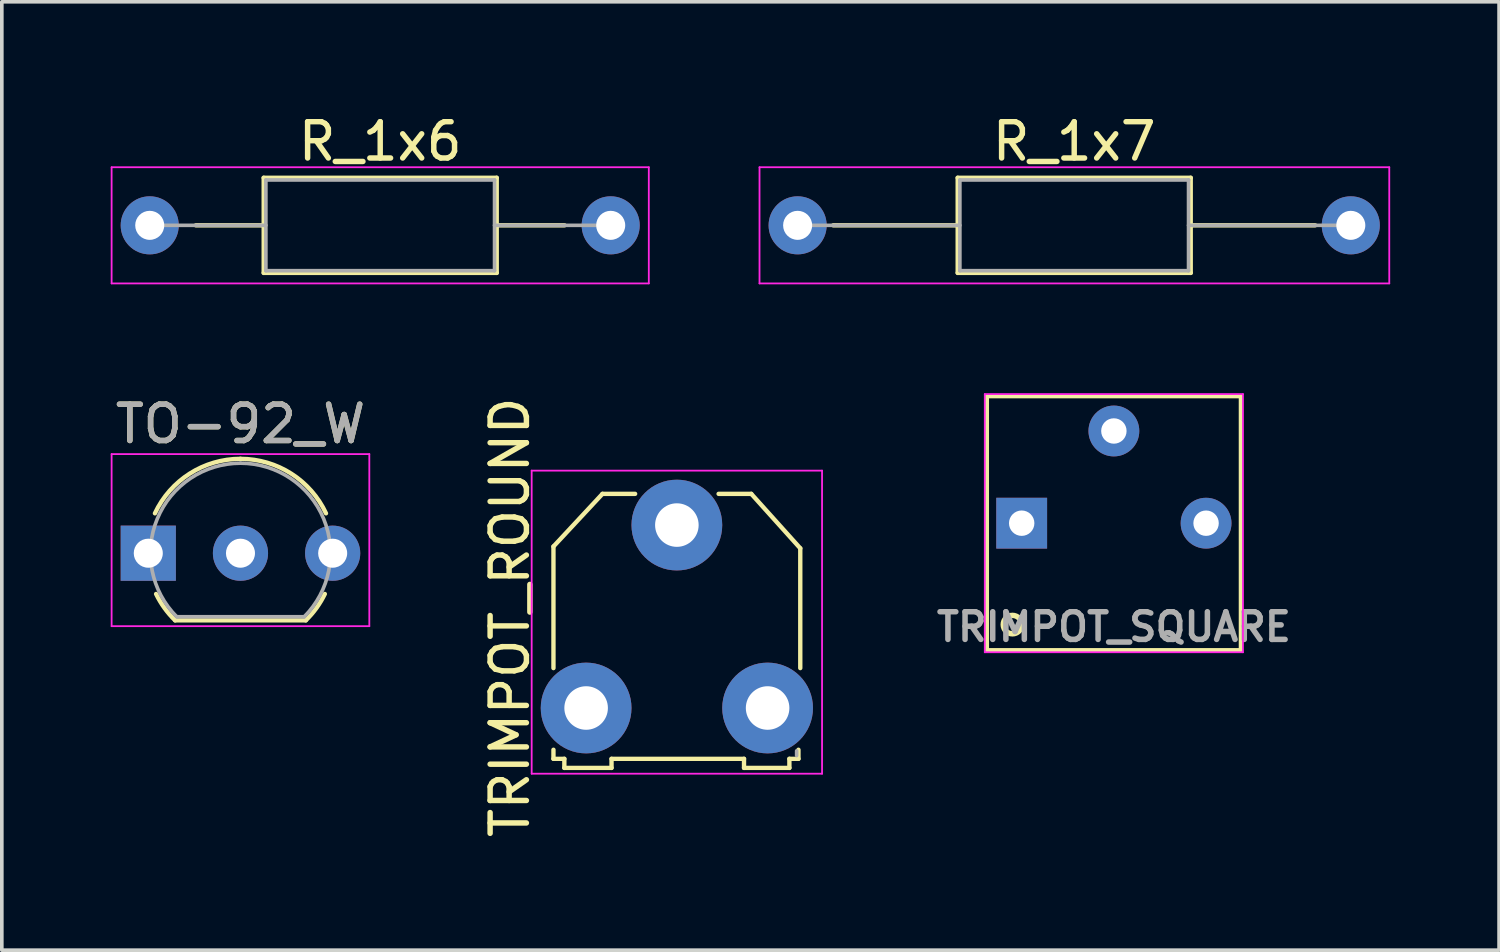
<source format=kicad_pcb>
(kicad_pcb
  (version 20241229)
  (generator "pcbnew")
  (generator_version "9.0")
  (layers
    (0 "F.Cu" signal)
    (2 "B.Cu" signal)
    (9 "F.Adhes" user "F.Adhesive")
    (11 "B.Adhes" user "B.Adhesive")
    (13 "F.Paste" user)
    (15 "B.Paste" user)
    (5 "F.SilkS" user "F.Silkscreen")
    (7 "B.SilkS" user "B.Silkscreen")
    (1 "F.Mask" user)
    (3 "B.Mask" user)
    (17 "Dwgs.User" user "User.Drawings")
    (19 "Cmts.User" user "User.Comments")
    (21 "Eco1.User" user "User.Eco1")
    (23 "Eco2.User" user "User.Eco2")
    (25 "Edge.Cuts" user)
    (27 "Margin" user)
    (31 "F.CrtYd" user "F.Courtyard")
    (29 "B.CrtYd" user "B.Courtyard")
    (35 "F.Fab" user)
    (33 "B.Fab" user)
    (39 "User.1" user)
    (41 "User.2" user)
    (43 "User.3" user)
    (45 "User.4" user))
  (footprint "R_1x6"
    (layer "F.Cu")
    (at 1.075 3.158)
    (property "Reference" "R_1x6" (at 6.35 -2.31 0) (layer "F.SilkS") (effects (font (size 1 1) (thickness 0.15))))
    (attr through_hole)
    (fp_line (start 1.27 0) (end 3.14 0) (stroke (width 0.12) (type solid)) (layer "F.SilkS"))
    (fp_line (start 3.14 -1.31) (end 3.14 1.31) (stroke (width 0.12) (type solid)) (layer "F.SilkS"))
    (fp_line (start 3.14 1.31) (end 9.56 1.31) (stroke (width 0.12) (type solid)) (layer "F.SilkS"))
    (fp_line (start 9.56 -1.31) (end 3.14 -1.31) (stroke (width 0.12) (type solid)) (layer "F.SilkS"))
    (fp_line (start 9.56 1.31) (end 9.56 -1.31) (stroke (width 0.12) (type solid)) (layer "F.SilkS"))
    (fp_line (start 11.43 0) (end 9.56 0) (stroke (width 0.12) (type solid)) (layer "F.SilkS"))
    (fp_line (start -1.05 -1.6) (end -1.05 1.6) (stroke (width 0.05) (type solid)) (layer "F.CrtYd"))
    (fp_line (start -1.05 1.6) (end 13.75 1.6) (stroke (width 0.05) (type solid)) (layer "F.CrtYd"))
    (fp_line (start 13.75 -1.6) (end -1.05 -1.6) (stroke (width 0.05) (type solid)) (layer "F.CrtYd"))
    (fp_line (start 13.75 1.6) (end 13.75 -1.6) (stroke (width 0.05) (type solid)) (layer "F.CrtYd"))
    (fp_line (start 0 0) (end 3.2 0) (stroke (width 0.1) (type solid)) (layer "F.Fab"))
    (fp_line (start 3.2 -1.25) (end 3.2 1.25) (stroke (width 0.1) (type solid)) (layer "F.Fab"))
    (fp_line (start 3.2 1.25) (end 9.5 1.25) (stroke (width 0.1) (type solid)) (layer "F.Fab"))
    (fp_line (start 9.5 -1.25) (end 3.2 -1.25) (stroke (width 0.1) (type solid)) (layer "F.Fab"))
    (fp_line (start 9.5 1.25) (end 9.5 -1.25) (stroke (width 0.1) (type solid)) (layer "F.Fab"))
    (fp_line (start 12.7 0) (end 9.5 0) (stroke (width 0.1) (type solid)) (layer "F.Fab"))
    (pad "1" thru_hole circle (at 0 0) (size 1.6 1.6) (drill 0.8) (layers "*.Cu" "*.Mask"))
    (pad "2" thru_hole oval (at 12.7 0) (size 1.6 1.6) (drill 0.8) (layers "*.Cu" "*.Mask")))
  (footprint "R_1x7"
    (layer "F.Cu")
    (at 18.925 3.158)
    (property "Reference" "R_1x7" (at 7.62 -2.31 0) (layer "F.SilkS") (effects (font (size 1 1) (thickness 0.15))))
    (attr through_hole)
    (fp_line (start 0.98 0) (end 4.41 0) (stroke (width 0.12) (type solid)) (layer "F.SilkS"))
    (fp_line (start 4.41 -1.31) (end 4.41 1.31) (stroke (width 0.12) (type solid)) (layer "F.SilkS"))
    (fp_line (start 4.41 1.31) (end 10.83 1.31) (stroke (width 0.12) (type solid)) (layer "F.SilkS"))
    (fp_line (start 10.83 -1.31) (end 4.41 -1.31) (stroke (width 0.12) (type solid)) (layer "F.SilkS"))
    (fp_line (start 10.83 1.31) (end 10.83 -1.31) (stroke (width 0.12) (type solid)) (layer "F.SilkS"))
    (fp_line (start 14.26 0) (end 10.83 0) (stroke (width 0.12) (type solid)) (layer "F.SilkS"))
    (fp_line (start -1.05 -1.6) (end -1.05 1.6) (stroke (width 0.05) (type solid)) (layer "F.CrtYd"))
    (fp_line (start -1.05 1.6) (end 16.3 1.6) (stroke (width 0.05) (type solid)) (layer "F.CrtYd"))
    (fp_line (start 16.3 -1.6) (end -1.05 -1.6) (stroke (width 0.05) (type solid)) (layer "F.CrtYd"))
    (fp_line (start 16.3 1.6) (end 16.3 -1.6) (stroke (width 0.05) (type solid)) (layer "F.CrtYd"))
    (fp_line (start 0 0) (end 4.47 0) (stroke (width 0.1) (type solid)) (layer "F.Fab"))
    (fp_line (start 4.47 -1.25) (end 4.47 1.25) (stroke (width 0.1) (type solid)) (layer "F.Fab"))
    (fp_line (start 4.47 1.25) (end 10.77 1.25) (stroke (width 0.1) (type solid)) (layer "F.Fab"))
    (fp_line (start 10.77 -1.25) (end 4.47 -1.25) (stroke (width 0.1) (type solid)) (layer "F.Fab"))
    (fp_line (start 10.77 1.25) (end 10.77 -1.25) (stroke (width 0.1) (type solid)) (layer "F.Fab"))
    (fp_line (start 15.24 0) (end 10.77 0) (stroke (width 0.1) (type solid)) (layer "F.Fab"))
    (pad "1" thru_hole circle (at 0 0) (size 1.6 1.6) (drill 0.8) (layers "*.Cu" "*.Mask"))
    (pad "2" thru_hole oval (at 15.24 0) (size 1.6 1.6) (drill 0.8) (layers "*.Cu" "*.Mask")))
  (footprint "TRIMPOT_ROUND"
    (layer "F.Cu")
    (at 13.098 16.456)
    (property "Reference" "TRIMPOT_ROUND" (at -2.1 -2.5 90) (layer "F.SilkS") (effects (font (size 1 1) (thickness 0.15))))
    (attr through_hole)
    (fp_line (start -0.9 -4.45) (end 0.45 -5.9) (stroke (width 0.12) (type solid)) (layer "F.SilkS"))
    (fp_line (start -0.9 -1.1) (end -0.9 -4.45) (stroke (width 0.12) (type solid)) (layer "F.SilkS"))
    (fp_line (start -0.9 1.4) (end -0.9 1.15) (stroke (width 0.12) (type solid)) (layer "F.SilkS"))
    (fp_line (start -0.6 1.4) (end -0.9 1.4) (stroke (width 0.12) (type solid)) (layer "F.SilkS"))
    (fp_line (start -0.6 1.65) (end -0.6 1.4) (stroke (width 0.12) (type solid)) (layer "F.SilkS"))
    (fp_line (start 0.45 -5.9) (end 1.35 -5.9) (stroke (width 0.12) (type solid)) (layer "F.SilkS"))
    (fp_line (start 0.7 1.4) (end 0.7 1.65) (stroke (width 0.12) (type solid)) (layer "F.SilkS"))
    (fp_line (start 0.7 1.65) (end -0.6 1.65) (stroke (width 0.12) (type solid)) (layer "F.SilkS"))
    (fp_line (start 3.65 -5.9) (end 4.55 -5.9) (stroke (width 0.12) (type solid)) (layer "F.SilkS"))
    (fp_line (start 4.35 1.4) (end 0.7 1.4) (stroke (width 0.12) (type solid)) (layer "F.SilkS"))
    (fp_line (start 4.35 1.65) (end 4.35 1.4) (stroke (width 0.12) (type solid)) (layer "F.SilkS"))
    (fp_line (start 4.55 -5.9) (end 5.9 -4.4) (stroke (width 0.12) (type solid)) (layer "F.SilkS"))
    (fp_line (start 5.6 1.4) (end 5.6 1.65) (stroke (width 0.12) (type solid)) (layer "F.SilkS"))
    (fp_line (start 5.6 1.65) (end 4.35 1.65) (stroke (width 0.12) (type solid)) (layer "F.SilkS"))
    (fp_line (start 5.85 1.15) (end 5.85 1.4) (stroke (width 0.12) (type solid)) (layer "F.SilkS"))
    (fp_line (start 5.85 1.4) (end 5.6 1.4) (stroke (width 0.12) (type solid)) (layer "F.SilkS"))
    (fp_line (start 5.9 -4.4) (end 5.9 -1.1) (stroke (width 0.12) (type solid)) (layer "F.SilkS"))
    (fp_line (start -1.5 -6.54) (end -1.5 1.81) (stroke (width 0.05) (type solid)) (layer "F.CrtYd"))
    (fp_line (start -1.5 -6.54) (end 6.5 -6.54) (stroke (width 0.05) (type solid)) (layer "F.CrtYd"))
    (fp_line (start 6.5 1.81) (end -1.5 1.81) (stroke (width 0.05) (type solid)) (layer "F.CrtYd"))
    (fp_line (start 6.5 1.81) (end 6.5 -6.54) (stroke (width 0.05) (type solid)) (layer "F.CrtYd"))
    (fp_line (start 5.8 1.31) (end 5.8 1.18) (stroke (width 0.1) (type solid)) (layer "F.Fab"))
    (pad "1" thru_hole circle (at 0 0) (size 2.5 2.5) (drill 1.2) (layers "*.Cu" "*.Mask"))
    (pad "2" thru_hole circle (at 2.5 -5.04) (size 2.5 2.5) (drill 1.2) (layers "*.Cu" "*.Mask"))
    (pad "3" thru_hole circle (at 5 0) (size 2.5 2.5) (drill 1.2) (layers "*.Cu" "*.Mask")))
  (footprint "TRIMPOT_SQUARE"
    (layer "F.Cu")
    (at 27.638 11.364)
    (property "Reference" "TRIMPOT_SQUARE" (at 0 2.857 0) (layer "F.Fab") (effects (font (size 0.762 0.762) (thickness 0.152))))
    (attr through_hole)
    (fp_line (start -3.5 -3.5) (end 3.5 -3.5) (stroke (width 0.12) (type solid)) (layer "F.SilkS"))
    (fp_line (start -3.5 3.5) (end -3.5 -3.5) (stroke (width 0.12) (type solid)) (layer "F.SilkS"))
    (fp_line (start -3.5 3.5) (end 3.5 3.5) (stroke (width 0.12) (type solid)) (layer "F.SilkS"))
    (fp_line (start 3.5 -3.5) (end 3.5 3.5) (stroke (width 0.12) (type solid)) (layer "F.SilkS"))
    (fp_circle (center -2.794 2.794) (end -2.794 2.54) (stroke (width 0.15) (type solid)) (fill no) (layer "F.SilkS"))
    (fp_line (start -3.556 -3.556) (end 3.556 -3.556) (stroke (width 0.05) (type solid)) (layer "F.CrtYd"))
    (fp_line (start -3.556 3.556) (end -3.556 -3.556) (stroke (width 0.05) (type solid)) (layer "F.CrtYd"))
    (fp_line (start 3.556 -3.556) (end 3.556 3.556) (stroke (width 0.05) (type solid)) (layer "F.CrtYd"))
    (fp_line (start 3.556 3.556) (end -3.556 3.556) (stroke (width 0.05) (type solid)) (layer "F.CrtYd"))
    (pad "1" thru_hole rect (at -2.54 0) (size 1.4 1.4) (drill 0.7) (layers "*.Cu" "*.Mask"))
    (pad "2" thru_hole circle (at 0 -2.54) (size 1.4 1.4) (drill 0.7) (layers "*.Cu" "*.Mask"))
    (pad "3" thru_hole circle (at 2.54 0) (size 1.4 1.4) (drill 0.7) (layers "*.Cu" "*.Mask")))
  (footprint "TO-92_W"
    (layer "F.Cu")
    (at 1.035 12.191)
    (property "Reference" "TO-92_W" (at 2.54 -3.56 180) (layer "F.SilkS") (effects (font (size 1 1) (thickness 0.15))))
    (attr through_hole)
    (fp_line (start 0.74 1.85) (end 4.34 1.85) (stroke (width 0.12) (type solid)) (layer "F.SilkS"))
    (fp_arc (start 0.1836 -1.098807) (mid 1.143021 -2.192817) (end 2.54 -2.6) (stroke (width 0.12) (type solid)) (layer "F.SilkS"))
    (fp_arc (start 0.74 1.85) (mid 0.446097 1.509328) (end 0.215816 1.122795) (stroke (width 0.12) (type solid)) (layer "F.SilkS"))
    (fp_arc (start 2.54 -2.6) (mid 3.936979 -2.192818) (end 4.8964 -1.098807) (stroke (width 0.12) (type solid)) (layer "F.SilkS"))
    (fp_arc (start 4.864184 1.122795) (mid 4.633903 1.509328) (end 4.34 1.85) (stroke (width 0.12) (type solid)) (layer "F.SilkS"))
    (fp_line (start -1.01 -2.73) (end -1.01 2.01) (stroke (width 0.05) (type solid)) (layer "F.CrtYd"))
    (fp_line (start -1.01 -2.73) (end 6.09 -2.73) (stroke (width 0.05) (type solid)) (layer "F.CrtYd"))
    (fp_line (start 6.09 2.01) (end -1.01 2.01) (stroke (width 0.05) (type solid)) (layer "F.CrtYd"))
    (fp_line (start 6.09 2.01) (end 6.09 -2.73) (stroke (width 0.05) (type solid)) (layer "F.CrtYd"))
    (fp_line (start 0.8 1.75) (end 4.3 1.75) (stroke (width 0.1) (type solid)) (layer "F.Fab"))
    (fp_arc (start 0.786375 1.753625) (mid 0.248779 -0.949055) (end 2.54 -2.48) (stroke (width 0.1) (type solid)) (layer "F.Fab"))
    (fp_arc (start 2.54 -2.48) (mid 4.831221 -0.949055) (end 4.293625 1.753625) (stroke (width 0.1) (type solid)) (layer "F.Fab"))
    (fp_text user "${REFERENCE}" (at 2.54 -3.56 180) (layer "F.Fab") (effects (font (size 1 1) (thickness 0.15))))
    (pad "1" thru_hole rect (at 0 0 90) (size 1.52 1.52) (drill 0.8) (layers "*.Cu" "*.Mask"))
    (pad "2" thru_hole circle (at 2.54 0 90) (size 1.52 1.52) (drill 0.8) (layers "*.Cu" "*.Mask"))
    (pad "3" thru_hole circle (at 5.08 0 90) (size 1.52 1.52) (drill 0.8) (layers "*.Cu" "*.Mask")))
  (gr_rect
    (start -3 -3)
    (end 38.25 23.128)
    (stroke (width 0.1) (type default))
    (fill no)
    (layer "Edge.Cuts")))
</source>
